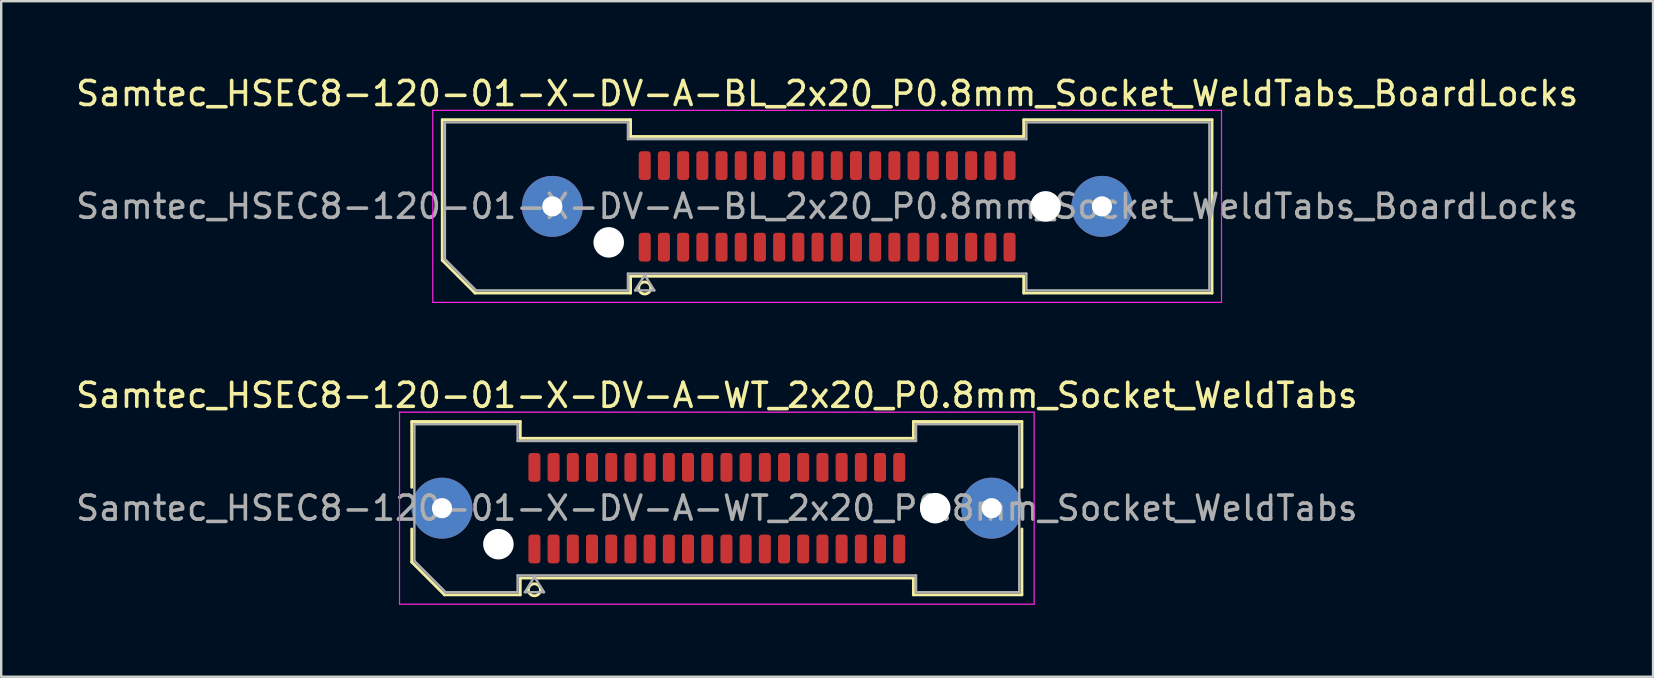
<source format=kicad_pcb>
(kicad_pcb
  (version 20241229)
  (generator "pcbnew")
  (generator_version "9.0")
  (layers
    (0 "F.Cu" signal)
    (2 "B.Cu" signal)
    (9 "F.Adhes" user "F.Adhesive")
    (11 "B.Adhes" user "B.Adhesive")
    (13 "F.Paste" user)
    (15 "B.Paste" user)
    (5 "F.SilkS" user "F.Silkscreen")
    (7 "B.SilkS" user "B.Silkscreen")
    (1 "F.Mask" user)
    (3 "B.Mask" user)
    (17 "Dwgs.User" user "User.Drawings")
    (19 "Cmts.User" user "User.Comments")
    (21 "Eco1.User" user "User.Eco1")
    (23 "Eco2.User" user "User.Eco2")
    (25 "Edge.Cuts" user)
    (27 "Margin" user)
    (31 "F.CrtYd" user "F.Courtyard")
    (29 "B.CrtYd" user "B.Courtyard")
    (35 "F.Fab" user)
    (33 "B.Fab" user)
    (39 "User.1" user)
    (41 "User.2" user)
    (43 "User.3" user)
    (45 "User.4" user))
  (footprint "Samtec_HSEC8-120-01-X-DV-A-WT_2x20_P0.8mm_Socket_WeldTabs"
    (layer "F.Cu")
    (at 26.815 18.122)
    (property "Reference" "Samtec_HSEC8-120-01-X-DV-A-WT_2x20_P0.8mm_Socket_WeldTabs" (at 0 -4.7 0) (layer "F.SilkS") (effects (font (size 1 1) (thickness 0.15))))
    (attr smd)
    (fp_line (start -12.71 -3.61) (end -8.19 -3.61) (stroke (width 0.12) (type solid)) (layer "F.SilkS"))
    (fp_line (start -12.71 -0.868) (end -12.71 -3.61) (stroke (width 0.12) (type solid)) (layer "F.SilkS"))
    (fp_line (start -12.71 2.246) (end -12.71 0.868) (stroke (width 0.12) (type solid)) (layer "F.SilkS"))
    (fp_line (start -11.346 3.61) (end -12.71 2.246) (stroke (width 0.12) (type solid)) (layer "F.SilkS"))
    (fp_line (start -8.19 -3.61) (end -8.19 -2.91) (stroke (width 0.12) (type solid)) (layer "F.SilkS"))
    (fp_line (start -8.19 -2.91) (end 8.19 -2.91) (stroke (width 0.12) (type solid)) (layer "F.SilkS"))
    (fp_line (start -8.19 2.91) (end -8.19 3.61) (stroke (width 0.12) (type solid)) (layer "F.SilkS"))
    (fp_line (start -8.19 3.61) (end -11.346 3.61) (stroke (width 0.12) (type solid)) (layer "F.SilkS"))
    (fp_line (start 8.19 -3.61) (end 12.71 -3.61) (stroke (width 0.12) (type solid)) (layer "F.SilkS"))
    (fp_line (start 8.19 -2.91) (end 8.19 -3.61) (stroke (width 0.12) (type solid)) (layer "F.SilkS"))
    (fp_line (start 8.19 2.91) (end -8.19 2.91) (stroke (width 0.12) (type solid)) (layer "F.SilkS"))
    (fp_line (start 8.19 3.61) (end 8.19 2.91) (stroke (width 0.12) (type solid)) (layer "F.SilkS"))
    (fp_line (start 12.71 -3.61) (end 12.71 -0.868) (stroke (width 0.12) (type solid)) (layer "F.SilkS"))
    (fp_line (start 12.71 0.868) (end 12.71 3.61) (stroke (width 0.12) (type solid)) (layer "F.SilkS"))
    (fp_line (start 12.71 3.61) (end 8.19 3.61) (stroke (width 0.12) (type solid)) (layer "F.SilkS"))
    (fp_arc (start -7.35 3.4) (mid -7.85 3.4) (end -7.35 3.4) (stroke (width 0.12) (type solid)) (layer "F.SilkS"))
    (fp_line (start -13.22 -4) (end -13.22 4) (stroke (width 0.05) (type solid)) (layer "F.CrtYd"))
    (fp_line (start -13.22 4) (end 13.22 4) (stroke (width 0.05) (type solid)) (layer "F.CrtYd"))
    (fp_line (start 13.22 -4) (end -13.22 -4) (stroke (width 0.05) (type solid)) (layer "F.CrtYd"))
    (fp_line (start 13.22 4) (end 13.22 -4) (stroke (width 0.05) (type solid)) (layer "F.CrtYd"))
    (fp_line (start -12.6 -3.5) (end -8.3 -3.5) (stroke (width 0.1) (type solid)) (layer "F.Fab"))
    (fp_line (start -12.6 2.2) (end -12.6 -3.5) (stroke (width 0.1) (type solid)) (layer "F.Fab"))
    (fp_line (start -11.3 3.5) (end -12.6 2.2) (stroke (width 0.1) (type solid)) (layer "F.Fab"))
    (fp_line (start -8.3 -3.5) (end -8.3 -2.8) (stroke (width 0.1) (type solid)) (layer "F.Fab"))
    (fp_line (start -8.3 -2.8) (end 8.3 -2.8) (stroke (width 0.1) (type solid)) (layer "F.Fab"))
    (fp_line (start -8.3 2.8) (end -8.3 3.5) (stroke (width 0.1) (type solid)) (layer "F.Fab"))
    (fp_line (start -8.3 3.5) (end -11.3 3.5) (stroke (width 0.1) (type solid)) (layer "F.Fab"))
    (fp_line (start -8 3.5) (end -7.6 2.86) (stroke (width 0.1) (type solid)) (layer "F.Fab"))
    (fp_line (start -7.6 2.86) (end -7.2 3.5) (stroke (width 0.1) (type solid)) (layer "F.Fab"))
    (fp_line (start -7.2 3.5) (end -8 3.5) (stroke (width 0.1) (type solid)) (layer "F.Fab"))
    (fp_line (start 8.3 -3.5) (end 12.6 -3.5) (stroke (width 0.1) (type solid)) (layer "F.Fab"))
    (fp_line (start 8.3 -2.8) (end 8.3 -3.5) (stroke (width 0.1) (type solid)) (layer "F.Fab"))
    (fp_line (start 8.3 2.8) (end -8.3 2.8) (stroke (width 0.1) (type solid)) (layer "F.Fab"))
    (fp_line (start 8.3 3.5) (end 8.3 2.8) (stroke (width 0.1) (type solid)) (layer "F.Fab"))
    (fp_line (start 12.6 -3.5) (end 12.6 3.5) (stroke (width 0.1) (type solid)) (layer "F.Fab"))
    (fp_line (start 12.6 3.5) (end 8.3 3.5) (stroke (width 0.1) (type solid)) (layer "F.Fab"))
    (fp_text user "${REFERENCE}" (at 0 0 0) (layer "F.Fab") (effects (font (size 1 1) (thickness 0.15))))
    (pad "" thru_hole circle (at -11.45 0) (size 2.54 2.54) (drill 0.84) (layers "*.Cu" "*.Mask" "F.Paste"))
    (pad "" np_thru_hole circle (at -9.1 1.5) (size 1.27 1.27) (drill 1.27) (layers "*.Cu" "*.Mask"))
    (pad "" np_thru_hole circle (at 9.1 0) (size 1.27 1.27) (drill 1.27) (layers "*.Cu" "*.Mask"))
    (pad "" thru_hole circle (at 11.45 0) (size 2.54 2.54) (drill 0.84) (layers "*.Cu" "*.Mask" "F.Paste"))
    (pad "1" smd roundrect (at -7.6 1.7) (size 0.5 1.2) (layers "F.Cu" "F.Mask" "F.Paste") (roundrect_rratio 0.25))
    (pad "2" smd roundrect (at -7.6 -1.7) (size 0.5 1.2) (layers "F.Cu" "F.Mask" "F.Paste") (roundrect_rratio 0.25))
    (pad "3" smd roundrect (at -6.8 1.7) (size 0.5 1.2) (layers "F.Cu" "F.Mask" "F.Paste") (roundrect_rratio 0.25))
    (pad "4" smd roundrect (at -6.8 -1.7) (size 0.5 1.2) (layers "F.Cu" "F.Mask" "F.Paste") (roundrect_rratio 0.25))
    (pad "5" smd roundrect (at -6 1.7) (size 0.5 1.2) (layers "F.Cu" "F.Mask" "F.Paste") (roundrect_rratio 0.25))
    (pad "6" smd roundrect (at -6 -1.7) (size 0.5 1.2) (layers "F.Cu" "F.Mask" "F.Paste") (roundrect_rratio 0.25))
    (pad "7" smd roundrect (at -5.2 1.7) (size 0.5 1.2) (layers "F.Cu" "F.Mask" "F.Paste") (roundrect_rratio 0.25))
    (pad "8" smd roundrect (at -5.2 -1.7) (size 0.5 1.2) (layers "F.Cu" "F.Mask" "F.Paste") (roundrect_rratio 0.25))
    (pad "9" smd roundrect (at -4.4 1.7) (size 0.5 1.2) (layers "F.Cu" "F.Mask" "F.Paste") (roundrect_rratio 0.25))
    (pad "10" smd roundrect (at -4.4 -1.7) (size 0.5 1.2) (layers "F.Cu" "F.Mask" "F.Paste") (roundrect_rratio 0.25))
    (pad "11" smd roundrect (at -3.6 1.7) (size 0.5 1.2) (layers "F.Cu" "F.Mask" "F.Paste") (roundrect_rratio 0.25))
    (pad "12" smd roundrect (at -3.6 -1.7) (size 0.5 1.2) (layers "F.Cu" "F.Mask" "F.Paste") (roundrect_rratio 0.25))
    (pad "13" smd roundrect (at -2.8 1.7) (size 0.5 1.2) (layers "F.Cu" "F.Mask" "F.Paste") (roundrect_rratio 0.25))
    (pad "14" smd roundrect (at -2.8 -1.7) (size 0.5 1.2) (layers "F.Cu" "F.Mask" "F.Paste") (roundrect_rratio 0.25))
    (pad "15" smd roundrect (at -2 1.7) (size 0.5 1.2) (layers "F.Cu" "F.Mask" "F.Paste") (roundrect_rratio 0.25))
    (pad "16" smd roundrect (at -2 -1.7) (size 0.5 1.2) (layers "F.Cu" "F.Mask" "F.Paste") (roundrect_rratio 0.25))
    (pad "17" smd roundrect (at -1.2 1.7) (size 0.5 1.2) (layers "F.Cu" "F.Mask" "F.Paste") (roundrect_rratio 0.25))
    (pad "18" smd roundrect (at -1.2 -1.7) (size 0.5 1.2) (layers "F.Cu" "F.Mask" "F.Paste") (roundrect_rratio 0.25))
    (pad "19" smd roundrect (at -0.4 1.7) (size 0.5 1.2) (layers "F.Cu" "F.Mask" "F.Paste") (roundrect_rratio 0.25))
    (pad "20" smd roundrect (at -0.4 -1.7) (size 0.5 1.2) (layers "F.Cu" "F.Mask" "F.Paste") (roundrect_rratio 0.25))
    (pad "21" smd roundrect (at 0.4 1.7) (size 0.5 1.2) (layers "F.Cu" "F.Mask" "F.Paste") (roundrect_rratio 0.25))
    (pad "22" smd roundrect (at 0.4 -1.7) (size 0.5 1.2) (layers "F.Cu" "F.Mask" "F.Paste") (roundrect_rratio 0.25))
    (pad "23" smd roundrect (at 1.2 1.7) (size 0.5 1.2) (layers "F.Cu" "F.Mask" "F.Paste") (roundrect_rratio 0.25))
    (pad "24" smd roundrect (at 1.2 -1.7) (size 0.5 1.2) (layers "F.Cu" "F.Mask" "F.Paste") (roundrect_rratio 0.25))
    (pad "25" smd roundrect (at 2 1.7) (size 0.5 1.2) (layers "F.Cu" "F.Mask" "F.Paste") (roundrect_rratio 0.25))
    (pad "26" smd roundrect (at 2 -1.7) (size 0.5 1.2) (layers "F.Cu" "F.Mask" "F.Paste") (roundrect_rratio 0.25))
    (pad "27" smd roundrect (at 2.8 1.7) (size 0.5 1.2) (layers "F.Cu" "F.Mask" "F.Paste") (roundrect_rratio 0.25))
    (pad "28" smd roundrect (at 2.8 -1.7) (size 0.5 1.2) (layers "F.Cu" "F.Mask" "F.Paste") (roundrect_rratio 0.25))
    (pad "29" smd roundrect (at 3.6 1.7) (size 0.5 1.2) (layers "F.Cu" "F.Mask" "F.Paste") (roundrect_rratio 0.25))
    (pad "30" smd roundrect (at 3.6 -1.7) (size 0.5 1.2) (layers "F.Cu" "F.Mask" "F.Paste") (roundrect_rratio 0.25))
    (pad "31" smd roundrect (at 4.4 1.7) (size 0.5 1.2) (layers "F.Cu" "F.Mask" "F.Paste") (roundrect_rratio 0.25))
    (pad "32" smd roundrect (at 4.4 -1.7) (size 0.5 1.2) (layers "F.Cu" "F.Mask" "F.Paste") (roundrect_rratio 0.25))
    (pad "33" smd roundrect (at 5.2 1.7) (size 0.5 1.2) (layers "F.Cu" "F.Mask" "F.Paste") (roundrect_rratio 0.25))
    (pad "34" smd roundrect (at 5.2 -1.7) (size 0.5 1.2) (layers "F.Cu" "F.Mask" "F.Paste") (roundrect_rratio 0.25))
    (pad "35" smd roundrect (at 6 1.7) (size 0.5 1.2) (layers "F.Cu" "F.Mask" "F.Paste") (roundrect_rratio 0.25))
    (pad "36" smd roundrect (at 6 -1.7) (size 0.5 1.2) (layers "F.Cu" "F.Mask" "F.Paste") (roundrect_rratio 0.25))
    (pad "37" smd roundrect (at 6.8 1.7) (size 0.5 1.2) (layers "F.Cu" "F.Mask" "F.Paste") (roundrect_rratio 0.25))
    (pad "38" smd roundrect (at 6.8 -1.7) (size 0.5 1.2) (layers "F.Cu" "F.Mask" "F.Paste") (roundrect_rratio 0.25))
    (pad "39" smd roundrect (at 7.6 1.7) (size 0.5 1.2) (layers "F.Cu" "F.Mask" "F.Paste") (roundrect_rratio 0.25))
    (pad "40" smd roundrect (at 7.6 -1.7) (size 0.5 1.2) (layers "F.Cu" "F.Mask" "F.Paste") (roundrect_rratio 0.25)))
  (footprint "Samtec_HSEC8-120-01-X-DV-A-BL_2x20_P0.8mm_Socket_WeldTabs_BoardLocks"
    (layer "F.Cu")
    (at 31.411 5.548)
    (property "Reference" "Samtec_HSEC8-120-01-X-DV-A-BL_2x20_P0.8mm_Socket_WeldTabs_BoardLocks" (at 0 -4.7 0) (layer "F.SilkS") (effects (font (size 1 1) (thickness 0.15))))
    (attr smd)
    (fp_line (start -16.035 -3.61) (end -8.19 -3.61) (stroke (width 0.12) (type solid)) (layer "F.SilkS"))
    (fp_line (start -16.035 2.246) (end -16.035 -3.61) (stroke (width 0.12) (type solid)) (layer "F.SilkS"))
    (fp_line (start -14.671 3.61) (end -16.035 2.246) (stroke (width 0.12) (type solid)) (layer "F.SilkS"))
    (fp_line (start -8.19 -3.61) (end -8.19 -2.91) (stroke (width 0.12) (type solid)) (layer "F.SilkS"))
    (fp_line (start -8.19 -2.91) (end 8.19 -2.91) (stroke (width 0.12) (type solid)) (layer "F.SilkS"))
    (fp_line (start -8.19 2.91) (end -8.19 3.61) (stroke (width 0.12) (type solid)) (layer "F.SilkS"))
    (fp_line (start -8.19 3.61) (end -14.671 3.61) (stroke (width 0.12) (type solid)) (layer "F.SilkS"))
    (fp_line (start 8.19 -3.61) (end 16.035 -3.61) (stroke (width 0.12) (type solid)) (layer "F.SilkS"))
    (fp_line (start 8.19 -2.91) (end 8.19 -3.61) (stroke (width 0.12) (type solid)) (layer "F.SilkS"))
    (fp_line (start 8.19 2.91) (end -8.19 2.91) (stroke (width 0.12) (type solid)) (layer "F.SilkS"))
    (fp_line (start 8.19 3.61) (end 8.19 2.91) (stroke (width 0.12) (type solid)) (layer "F.SilkS"))
    (fp_line (start 16.035 -3.61) (end 16.035 3.61) (stroke (width 0.12) (type solid)) (layer "F.SilkS"))
    (fp_line (start 16.035 3.61) (end 8.19 3.61) (stroke (width 0.12) (type solid)) (layer "F.SilkS"))
    (fp_circle (center -7.6 3.4) (end -7.35 3.4) (stroke (width 0.12) (type solid)) (fill no) (layer "F.SilkS"))
    (fp_line (start -16.43 -4) (end -16.43 4) (stroke (width 0.05) (type solid)) (layer "F.CrtYd"))
    (fp_line (start -16.43 4) (end 16.43 4) (stroke (width 0.05) (type solid)) (layer "F.CrtYd"))
    (fp_line (start 16.43 -4) (end -16.43 -4) (stroke (width 0.05) (type solid)) (layer "F.CrtYd"))
    (fp_line (start 16.43 4) (end 16.43 -4) (stroke (width 0.05) (type solid)) (layer "F.CrtYd"))
    (fp_line (start -15.925 -3.5) (end -8.3 -3.5) (stroke (width 0.1) (type solid)) (layer "F.Fab"))
    (fp_line (start -15.925 2.2) (end -15.925 -3.5) (stroke (width 0.1) (type solid)) (layer "F.Fab"))
    (fp_line (start -14.625 3.5) (end -15.925 2.2) (stroke (width 0.1) (type solid)) (layer "F.Fab"))
    (fp_line (start -8.3 -3.5) (end -8.3 -2.8) (stroke (width 0.1) (type solid)) (layer "F.Fab"))
    (fp_line (start -8.3 -2.8) (end 8.3 -2.8) (stroke (width 0.1) (type solid)) (layer "F.Fab"))
    (fp_line (start -8.3 2.8) (end -8.3 3.5) (stroke (width 0.1) (type solid)) (layer "F.Fab"))
    (fp_line (start -8.3 3.5) (end -14.625 3.5) (stroke (width 0.1) (type solid)) (layer "F.Fab"))
    (fp_line (start -8 3.5) (end -7.6 2.86) (stroke (width 0.1) (type solid)) (layer "F.Fab"))
    (fp_line (start -7.6 2.86) (end -7.2 3.5) (stroke (width 0.1) (type solid)) (layer "F.Fab"))
    (fp_line (start -7.2 3.5) (end -8 3.5) (stroke (width 0.1) (type solid)) (layer "F.Fab"))
    (fp_line (start 8.3 -3.5) (end 15.925 -3.5) (stroke (width 0.1) (type solid)) (layer "F.Fab"))
    (fp_line (start 8.3 -2.8) (end 8.3 -3.5) (stroke (width 0.1) (type solid)) (layer "F.Fab"))
    (fp_line (start 8.3 2.8) (end -8.3 2.8) (stroke (width 0.1) (type solid)) (layer "F.Fab"))
    (fp_line (start 8.3 3.5) (end 8.3 2.8) (stroke (width 0.1) (type solid)) (layer "F.Fab"))
    (fp_line (start 15.925 -3.5) (end 15.925 3.5) (stroke (width 0.1) (type solid)) (layer "F.Fab"))
    (fp_line (start 15.925 3.5) (end 8.3 3.5) (stroke (width 0.1) (type solid)) (layer "F.Fab"))
    (fp_text user "${REFERENCE}" (at 0 0 0) (layer "F.Fab") (effects (font (size 1 1) (thickness 0.15))))
    (pad "" thru_hole circle (at -11.45 0) (size 2.54 2.54) (drill 0.84) (layers "*.Cu" "*.Mask" "F.Paste"))
    (pad "" np_thru_hole circle (at -9.1 1.5) (size 1.27 1.27) (drill 1.27) (layers "*.Cu" "*.Mask"))
    (pad "" np_thru_hole circle (at 9.1 0) (size 1.27 1.27) (drill 1.27) (layers "*.Cu" "*.Mask"))
    (pad "" thru_hole circle (at 11.45 0) (size 2.54 2.54) (drill 0.84) (layers "*.Cu" "*.Mask" "F.Paste"))
    (pad "1" smd roundrect (at -7.6 1.7) (size 0.5 1.2) (layers "F.Cu" "F.Mask" "F.Paste") (roundrect_rratio 0.25))
    (pad "2" smd roundrect (at -7.6 -1.7) (size 0.5 1.2) (layers "F.Cu" "F.Mask" "F.Paste") (roundrect_rratio 0.25))
    (pad "3" smd roundrect (at -6.8 1.7) (size 0.5 1.2) (layers "F.Cu" "F.Mask" "F.Paste") (roundrect_rratio 0.25))
    (pad "4" smd roundrect (at -6.8 -1.7) (size 0.5 1.2) (layers "F.Cu" "F.Mask" "F.Paste") (roundrect_rratio 0.25))
    (pad "5" smd roundrect (at -6 1.7) (size 0.5 1.2) (layers "F.Cu" "F.Mask" "F.Paste") (roundrect_rratio 0.25))
    (pad "6" smd roundrect (at -6 -1.7) (size 0.5 1.2) (layers "F.Cu" "F.Mask" "F.Paste") (roundrect_rratio 0.25))
    (pad "7" smd roundrect (at -5.2 1.7) (size 0.5 1.2) (layers "F.Cu" "F.Mask" "F.Paste") (roundrect_rratio 0.25))
    (pad "8" smd roundrect (at -5.2 -1.7) (size 0.5 1.2) (layers "F.Cu" "F.Mask" "F.Paste") (roundrect_rratio 0.25))
    (pad "9" smd roundrect (at -4.4 1.7) (size 0.5 1.2) (layers "F.Cu" "F.Mask" "F.Paste") (roundrect_rratio 0.25))
    (pad "10" smd roundrect (at -4.4 -1.7) (size 0.5 1.2) (layers "F.Cu" "F.Mask" "F.Paste") (roundrect_rratio 0.25))
    (pad "11" smd roundrect (at -3.6 1.7) (size 0.5 1.2) (layers "F.Cu" "F.Mask" "F.Paste") (roundrect_rratio 0.25))
    (pad "12" smd roundrect (at -3.6 -1.7) (size 0.5 1.2) (layers "F.Cu" "F.Mask" "F.Paste") (roundrect_rratio 0.25))
    (pad "13" smd roundrect (at -2.8 1.7) (size 0.5 1.2) (layers "F.Cu" "F.Mask" "F.Paste") (roundrect_rratio 0.25))
    (pad "14" smd roundrect (at -2.8 -1.7) (size 0.5 1.2) (layers "F.Cu" "F.Mask" "F.Paste") (roundrect_rratio 0.25))
    (pad "15" smd roundrect (at -2 1.7) (size 0.5 1.2) (layers "F.Cu" "F.Mask" "F.Paste") (roundrect_rratio 0.25))
    (pad "16" smd roundrect (at -2 -1.7) (size 0.5 1.2) (layers "F.Cu" "F.Mask" "F.Paste") (roundrect_rratio 0.25))
    (pad "17" smd roundrect (at -1.2 1.7) (size 0.5 1.2) (layers "F.Cu" "F.Mask" "F.Paste") (roundrect_rratio 0.25))
    (pad "18" smd roundrect (at -1.2 -1.7) (size 0.5 1.2) (layers "F.Cu" "F.Mask" "F.Paste") (roundrect_rratio 0.25))
    (pad "19" smd roundrect (at -0.4 1.7) (size 0.5 1.2) (layers "F.Cu" "F.Mask" "F.Paste") (roundrect_rratio 0.25))
    (pad "20" smd roundrect (at -0.4 -1.7) (size 0.5 1.2) (layers "F.Cu" "F.Mask" "F.Paste") (roundrect_rratio 0.25))
    (pad "21" smd roundrect (at 0.4 1.7) (size 0.5 1.2) (layers "F.Cu" "F.Mask" "F.Paste") (roundrect_rratio 0.25))
    (pad "22" smd roundrect (at 0.4 -1.7) (size 0.5 1.2) (layers "F.Cu" "F.Mask" "F.Paste") (roundrect_rratio 0.25))
    (pad "23" smd roundrect (at 1.2 1.7) (size 0.5 1.2) (layers "F.Cu" "F.Mask" "F.Paste") (roundrect_rratio 0.25))
    (pad "24" smd roundrect (at 1.2 -1.7) (size 0.5 1.2) (layers "F.Cu" "F.Mask" "F.Paste") (roundrect_rratio 0.25))
    (pad "25" smd roundrect (at 2 1.7) (size 0.5 1.2) (layers "F.Cu" "F.Mask" "F.Paste") (roundrect_rratio 0.25))
    (pad "26" smd roundrect (at 2 -1.7) (size 0.5 1.2) (layers "F.Cu" "F.Mask" "F.Paste") (roundrect_rratio 0.25))
    (pad "27" smd roundrect (at 2.8 1.7) (size 0.5 1.2) (layers "F.Cu" "F.Mask" "F.Paste") (roundrect_rratio 0.25))
    (pad "28" smd roundrect (at 2.8 -1.7) (size 0.5 1.2) (layers "F.Cu" "F.Mask" "F.Paste") (roundrect_rratio 0.25))
    (pad "29" smd roundrect (at 3.6 1.7) (size 0.5 1.2) (layers "F.Cu" "F.Mask" "F.Paste") (roundrect_rratio 0.25))
    (pad "30" smd roundrect (at 3.6 -1.7) (size 0.5 1.2) (layers "F.Cu" "F.Mask" "F.Paste") (roundrect_rratio 0.25))
    (pad "31" smd roundrect (at 4.4 1.7) (size 0.5 1.2) (layers "F.Cu" "F.Mask" "F.Paste") (roundrect_rratio 0.25))
    (pad "32" smd roundrect (at 4.4 -1.7) (size 0.5 1.2) (layers "F.Cu" "F.Mask" "F.Paste") (roundrect_rratio 0.25))
    (pad "33" smd roundrect (at 5.2 1.7) (size 0.5 1.2) (layers "F.Cu" "F.Mask" "F.Paste") (roundrect_rratio 0.25))
    (pad "34" smd roundrect (at 5.2 -1.7) (size 0.5 1.2) (layers "F.Cu" "F.Mask" "F.Paste") (roundrect_rratio 0.25))
    (pad "35" smd roundrect (at 6 1.7) (size 0.5 1.2) (layers "F.Cu" "F.Mask" "F.Paste") (roundrect_rratio 0.25))
    (pad "36" smd roundrect (at 6 -1.7) (size 0.5 1.2) (layers "F.Cu" "F.Mask" "F.Paste") (roundrect_rratio 0.25))
    (pad "37" smd roundrect (at 6.8 1.7) (size 0.5 1.2) (layers "F.Cu" "F.Mask" "F.Paste") (roundrect_rratio 0.25))
    (pad "38" smd roundrect (at 6.8 -1.7) (size 0.5 1.2) (layers "F.Cu" "F.Mask" "F.Paste") (roundrect_rratio 0.25))
    (pad "39" smd roundrect (at 7.6 1.7) (size 0.5 1.2) (layers "F.Cu" "F.Mask" "F.Paste") (roundrect_rratio 0.25))
    (pad "40" smd roundrect (at 7.6 -1.7) (size 0.5 1.2) (layers "F.Cu" "F.Mask" "F.Paste") (roundrect_rratio 0.25)))
  (gr_rect
    (start -3 -3)
    (end 65.821 25.146)
    (stroke (width 0.1) (type default))
    (fill no)
    (layer "Edge.Cuts")))
</source>
